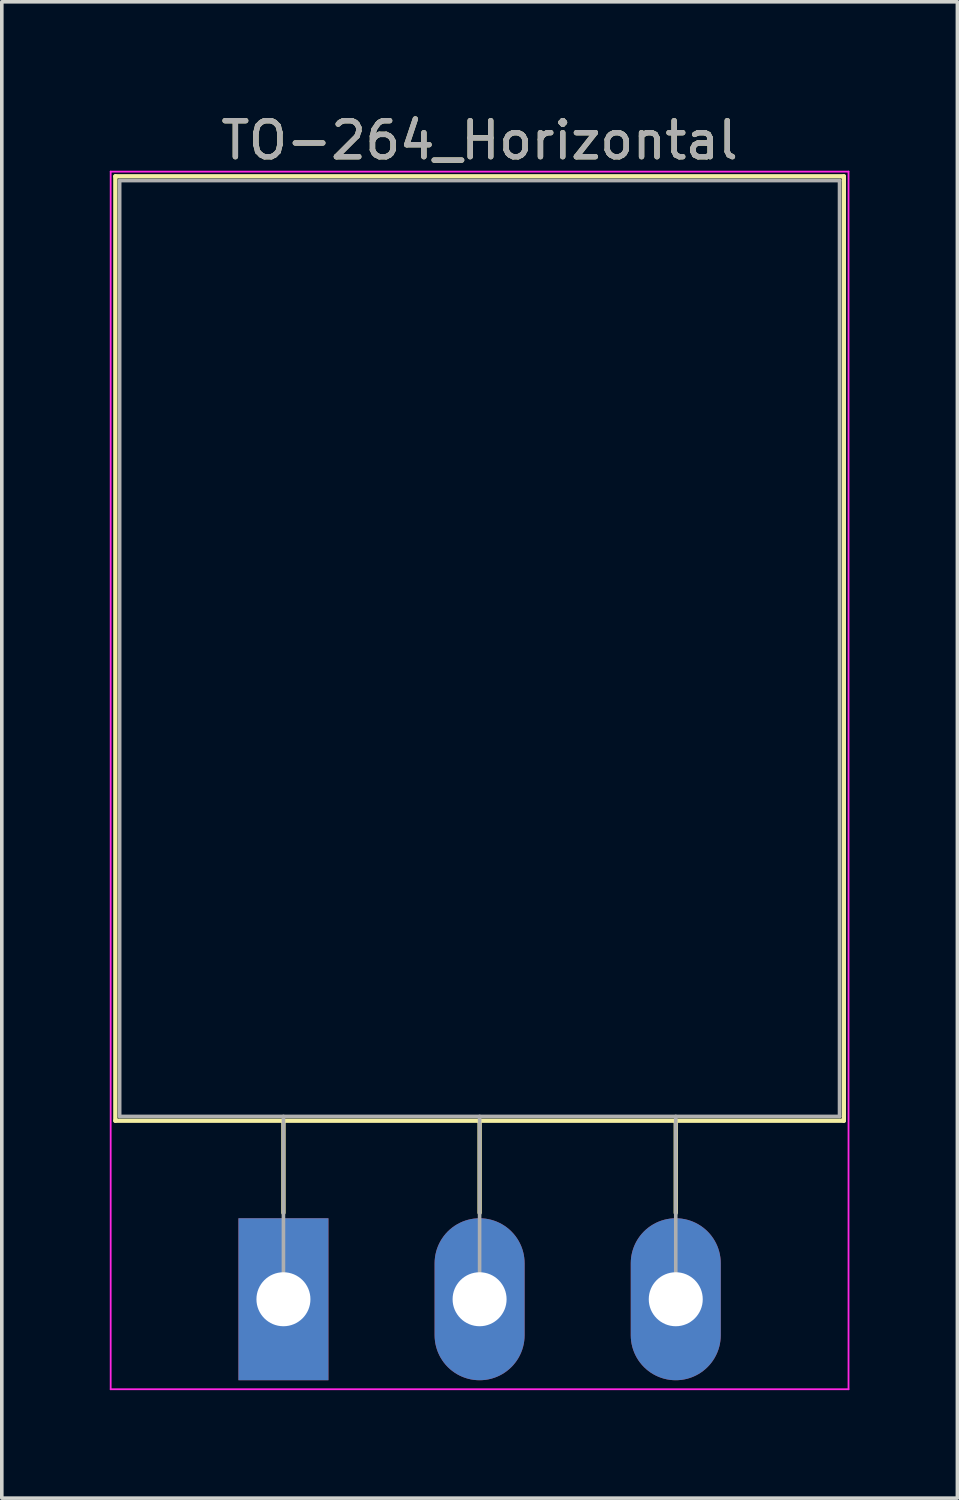
<source format=kicad_pcb>
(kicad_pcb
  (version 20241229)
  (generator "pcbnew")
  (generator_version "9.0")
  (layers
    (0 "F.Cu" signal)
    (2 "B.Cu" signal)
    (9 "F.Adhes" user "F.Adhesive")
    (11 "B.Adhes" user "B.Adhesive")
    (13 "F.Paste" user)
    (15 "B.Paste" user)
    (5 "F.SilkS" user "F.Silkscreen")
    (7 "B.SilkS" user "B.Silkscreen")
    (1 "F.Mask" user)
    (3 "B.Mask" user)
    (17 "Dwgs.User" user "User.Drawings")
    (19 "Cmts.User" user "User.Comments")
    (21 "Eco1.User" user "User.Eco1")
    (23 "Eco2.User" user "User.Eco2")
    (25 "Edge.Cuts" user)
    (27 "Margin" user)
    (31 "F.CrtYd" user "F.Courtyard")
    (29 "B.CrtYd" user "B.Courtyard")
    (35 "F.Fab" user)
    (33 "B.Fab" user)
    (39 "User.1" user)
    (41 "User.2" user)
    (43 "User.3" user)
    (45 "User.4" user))
  (footprint "TO-264_Horizontal"
    (layer "F.Cu")
    (at 4.825 33.048)
    (property "Reference" "TO-264_Horizontal" (at 5.45 -32.2 0) (layer "F.SilkS") (effects (font (size 1 1) (thickness 0.15))))
    (attr through_hole)
    (fp_line (start -4.67 -31.2) (end -4.67 -4.96) (stroke (width 0.12) (type solid)) (layer "F.SilkS"))
    (fp_line (start -4.67 -31.2) (end 15.57 -31.2) (stroke (width 0.12) (type solid)) (layer "F.SilkS"))
    (fp_line (start -4.67 -4.96) (end 15.57 -4.96) (stroke (width 0.12) (type solid)) (layer "F.SilkS"))
    (fp_line (start 0 -4.96) (end 0 -2.4) (stroke (width 0.12) (type solid)) (layer "F.SilkS"))
    (fp_line (start 5.45 -4.96) (end 5.45 -2.4) (stroke (width 0.12) (type solid)) (layer "F.SilkS"))
    (fp_line (start 10.9 -4.96) (end 10.9 -2.4) (stroke (width 0.12) (type solid)) (layer "F.SilkS"))
    (fp_line (start 15.57 -31.2) (end 15.57 -4.96) (stroke (width 0.12) (type solid)) (layer "F.SilkS"))
    (fp_line (start -4.8 -31.33) (end -4.8 2.5) (stroke (width 0.05) (type solid)) (layer "F.CrtYd"))
    (fp_line (start -4.8 2.5) (end 15.7 2.5) (stroke (width 0.05) (type solid)) (layer "F.CrtYd"))
    (fp_line (start 15.7 -31.33) (end -4.8 -31.33) (stroke (width 0.05) (type solid)) (layer "F.CrtYd"))
    (fp_line (start 15.7 2.5) (end 15.7 -31.33) (stroke (width 0.05) (type solid)) (layer "F.CrtYd"))
    (fp_line (start -4.55 -31.08) (end 15.45 -31.08) (stroke (width 0.1) (type solid)) (layer "F.Fab"))
    (fp_line (start -4.55 -5.08) (end -4.55 -31.08) (stroke (width 0.1) (type solid)) (layer "F.Fab"))
    (fp_line (start 0 -5.08) (end 0 0) (stroke (width 0.1) (type solid)) (layer "F.Fab"))
    (fp_line (start 5.45 -5.08) (end 5.45 0) (stroke (width 0.1) (type solid)) (layer "F.Fab"))
    (fp_line (start 10.9 -5.08) (end 10.9 0) (stroke (width 0.1) (type solid)) (layer "F.Fab"))
    (fp_line (start 15.45 -31.08) (end 15.45 -5.08) (stroke (width 0.1) (type solid)) (layer "F.Fab"))
    (fp_line (start 15.45 -5.08) (end -4.55 -5.08) (stroke (width 0.1) (type solid)) (layer "F.Fab"))
    (fp_text user "${REFERENCE}" (at 5.45 -32.2 0) (layer "F.Fab") (effects (font (size 1 1) (thickness 0.15))))
    (pad "1" thru_hole rect (at 0 0) (size 2.5 4.5) (drill 1.5) (layers "*.Cu" "*.Mask"))
    (pad "2" thru_hole oval (at 5.45 0) (size 2.5 4.5) (drill 1.5) (layers "*.Cu" "*.Mask"))
    (pad "3" thru_hole oval (at 10.9 0) (size 2.5 4.5) (drill 1.5) (layers "*.Cu" "*.Mask")))
  (gr_rect
    (start -3 -3)
    (end 23.55 38.573)
    (stroke (width 0.1) (type default))
    (fill no)
    (layer "Edge.Cuts")))
</source>
